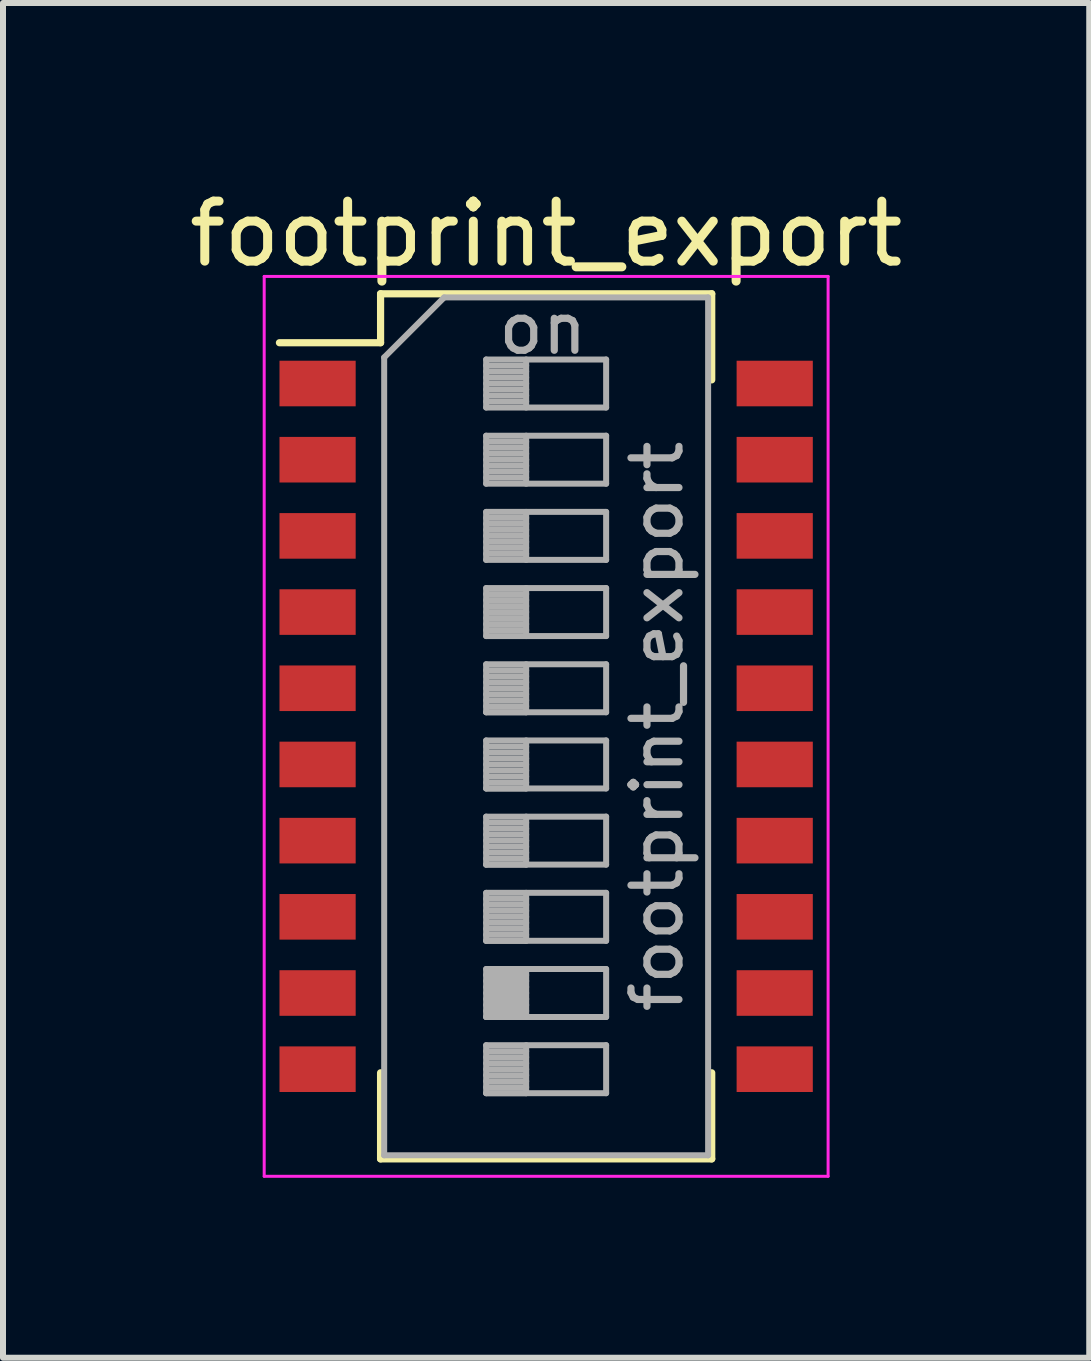
<source format=kicad_pcb>
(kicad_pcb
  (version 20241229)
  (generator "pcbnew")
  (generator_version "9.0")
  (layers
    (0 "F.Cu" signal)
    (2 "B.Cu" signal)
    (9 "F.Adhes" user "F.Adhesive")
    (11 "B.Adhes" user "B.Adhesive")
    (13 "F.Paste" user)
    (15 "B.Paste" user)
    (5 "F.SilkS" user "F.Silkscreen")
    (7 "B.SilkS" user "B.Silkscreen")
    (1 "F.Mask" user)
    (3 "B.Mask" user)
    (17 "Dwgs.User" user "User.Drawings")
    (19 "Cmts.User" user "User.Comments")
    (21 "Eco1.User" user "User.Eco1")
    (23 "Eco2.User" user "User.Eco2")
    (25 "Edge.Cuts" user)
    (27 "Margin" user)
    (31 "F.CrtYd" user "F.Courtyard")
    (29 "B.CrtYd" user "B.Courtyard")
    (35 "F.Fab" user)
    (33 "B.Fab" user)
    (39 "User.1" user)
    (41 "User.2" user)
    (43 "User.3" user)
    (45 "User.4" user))
  (footprint "footprint_export"
    (layer "F.Cu")
    (at 6.054 9.058)
    (property "Reference" "footprint_export" (at 0 -8.21 0) (layer "F.SilkS") (effects (font (size 1 1) (thickness 0.15))))
    (attr smd)
    (fp_line (start -4.446 -6.395) (end -2.76 -6.395) (stroke (width 0.12) (type solid)) (layer "F.SilkS"))
    (fp_line (start -2.76 -7.211) (end -2.76 -6.395) (stroke (width 0.12) (type solid)) (layer "F.SilkS"))
    (fp_line (start -2.76 -7.211) (end 2.76 -7.211) (stroke (width 0.12) (type solid)) (layer "F.SilkS"))
    (fp_line (start -2.76 5.775) (end -2.76 7.21) (stroke (width 0.12) (type solid)) (layer "F.SilkS"))
    (fp_line (start -2.76 7.21) (end 2.76 7.21) (stroke (width 0.12) (type solid)) (layer "F.SilkS"))
    (fp_line (start 2.76 -7.211) (end 2.76 -5.776) (stroke (width 0.12) (type solid)) (layer "F.SilkS"))
    (fp_line (start 2.76 5.775) (end 2.76 7.21) (stroke (width 0.12) (type solid)) (layer "F.SilkS"))
    (fp_line (start -4.7 -7.5) (end -4.7 7.5) (stroke (width 0.05) (type solid)) (layer "F.CrtYd"))
    (fp_line (start -4.7 7.5) (end 4.7 7.5) (stroke (width 0.05) (type solid)) (layer "F.CrtYd"))
    (fp_line (start 4.7 -7.5) (end -4.7 -7.5) (stroke (width 0.05) (type solid)) (layer "F.CrtYd"))
    (fp_line (start 4.7 7.5) (end 4.7 -7.5) (stroke (width 0.05) (type solid)) (layer "F.CrtYd"))
    (fp_line (start -2.7 -6.15) (end -1.7 -7.15) (stroke (width 0.1) (type solid)) (layer "F.Fab"))
    (fp_line (start -2.7 7.15) (end -2.7 -6.15) (stroke (width 0.1) (type solid)) (layer "F.Fab"))
    (fp_line (start -1.7 -7.15) (end 2.7 -7.15) (stroke (width 0.1) (type solid)) (layer "F.Fab"))
    (fp_line (start -1 -6.115) (end -1 -5.315) (stroke (width 0.1) (type solid)) (layer "F.Fab"))
    (fp_line (start -1 -6.015) (end -0.333 -6.015) (stroke (width 0.1) (type solid)) (layer "F.Fab"))
    (fp_line (start -1 -5.915) (end -0.333 -5.915) (stroke (width 0.1) (type solid)) (layer "F.Fab"))
    (fp_line (start -1 -5.815) (end -0.333 -5.815) (stroke (width 0.1) (type solid)) (layer "F.Fab"))
    (fp_line (start -1 -5.715) (end -0.333 -5.715) (stroke (width 0.1) (type solid)) (layer "F.Fab"))
    (fp_line (start -1 -5.615) (end -0.333 -5.615) (stroke (width 0.1) (type solid)) (layer "F.Fab"))
    (fp_line (start -1 -5.515) (end -0.333 -5.515) (stroke (width 0.1) (type solid)) (layer "F.Fab"))
    (fp_line (start -1 -5.415) (end -0.333 -5.415) (stroke (width 0.1) (type solid)) (layer "F.Fab"))
    (fp_line (start -1 -5.315) (end 1 -5.315) (stroke (width 0.1) (type solid)) (layer "F.Fab"))
    (fp_line (start -1 -4.845) (end -1 -4.045) (stroke (width 0.1) (type solid)) (layer "F.Fab"))
    (fp_line (start -1 -4.745) (end -0.333 -4.745) (stroke (width 0.1) (type solid)) (layer "F.Fab"))
    (fp_line (start -1 -4.645) (end -0.333 -4.645) (stroke (width 0.1) (type solid)) (layer "F.Fab"))
    (fp_line (start -1 -4.545) (end -0.333 -4.545) (stroke (width 0.1) (type solid)) (layer "F.Fab"))
    (fp_line (start -1 -4.445) (end -0.333 -4.445) (stroke (width 0.1) (type solid)) (layer "F.Fab"))
    (fp_line (start -1 -4.345) (end -0.333 -4.345) (stroke (width 0.1) (type solid)) (layer "F.Fab"))
    (fp_line (start -1 -4.245) (end -0.333 -4.245) (stroke (width 0.1) (type solid)) (layer "F.Fab"))
    (fp_line (start -1 -4.145) (end -0.333 -4.145) (stroke (width 0.1) (type solid)) (layer "F.Fab"))
    (fp_line (start -1 -4.045) (end 1 -4.045) (stroke (width 0.1) (type solid)) (layer "F.Fab"))
    (fp_line (start -1 -3.575) (end -1 -2.775) (stroke (width 0.1) (type solid)) (layer "F.Fab"))
    (fp_line (start -1 -3.475) (end -0.333 -3.475) (stroke (width 0.1) (type solid)) (layer "F.Fab"))
    (fp_line (start -1 -3.375) (end -0.333 -3.375) (stroke (width 0.1) (type solid)) (layer "F.Fab"))
    (fp_line (start -1 -3.275) (end -0.333 -3.275) (stroke (width 0.1) (type solid)) (layer "F.Fab"))
    (fp_line (start -1 -3.175) (end -0.333 -3.175) (stroke (width 0.1) (type solid)) (layer "F.Fab"))
    (fp_line (start -1 -3.075) (end -0.333 -3.075) (stroke (width 0.1) (type solid)) (layer "F.Fab"))
    (fp_line (start -1 -2.975) (end -0.333 -2.975) (stroke (width 0.1) (type solid)) (layer "F.Fab"))
    (fp_line (start -1 -2.875) (end -0.333 -2.875) (stroke (width 0.1) (type solid)) (layer "F.Fab"))
    (fp_line (start -1 -2.775) (end 1 -2.775) (stroke (width 0.1) (type solid)) (layer "F.Fab"))
    (fp_line (start -1 -2.305) (end -1 -1.505) (stroke (width 0.1) (type solid)) (layer "F.Fab"))
    (fp_line (start -1 -2.205) (end -0.333 -2.205) (stroke (width 0.1) (type solid)) (layer "F.Fab"))
    (fp_line (start -1 -2.105) (end -0.333 -2.105) (stroke (width 0.1) (type solid)) (layer "F.Fab"))
    (fp_line (start -1 -2.005) (end -0.333 -2.005) (stroke (width 0.1) (type solid)) (layer "F.Fab"))
    (fp_line (start -1 -1.905) (end -0.333 -1.905) (stroke (width 0.1) (type solid)) (layer "F.Fab"))
    (fp_line (start -1 -1.805) (end -0.333 -1.805) (stroke (width 0.1) (type solid)) (layer "F.Fab"))
    (fp_line (start -1 -1.705) (end -0.333 -1.705) (stroke (width 0.1) (type solid)) (layer "F.Fab"))
    (fp_line (start -1 -1.605) (end -0.333 -1.605) (stroke (width 0.1) (type solid)) (layer "F.Fab"))
    (fp_line (start -1 -1.505) (end 1 -1.505) (stroke (width 0.1) (type solid)) (layer "F.Fab"))
    (fp_line (start -1 -1.035) (end -1 -0.235) (stroke (width 0.1) (type solid)) (layer "F.Fab"))
    (fp_line (start -1 -0.935) (end -0.333 -0.935) (stroke (width 0.1) (type solid)) (layer "F.Fab"))
    (fp_line (start -1 -0.835) (end -0.333 -0.835) (stroke (width 0.1) (type solid)) (layer "F.Fab"))
    (fp_line (start -1 -0.735) (end -0.333 -0.735) (stroke (width 0.1) (type solid)) (layer "F.Fab"))
    (fp_line (start -1 -0.635) (end -0.333 -0.635) (stroke (width 0.1) (type solid)) (layer "F.Fab"))
    (fp_line (start -1 -0.535) (end -0.333 -0.535) (stroke (width 0.1) (type solid)) (layer "F.Fab"))
    (fp_line (start -1 -0.435) (end -0.333 -0.435) (stroke (width 0.1) (type solid)) (layer "F.Fab"))
    (fp_line (start -1 -0.335) (end -0.333 -0.335) (stroke (width 0.1) (type solid)) (layer "F.Fab"))
    (fp_line (start -1 -0.235) (end -0.333 -0.235) (stroke (width 0.1) (type solid)) (layer "F.Fab"))
    (fp_line (start -1 -0.235) (end 1 -0.235) (stroke (width 0.1) (type solid)) (layer "F.Fab"))
    (fp_line (start -1 0.235) (end -1 1.035) (stroke (width 0.1) (type solid)) (layer "F.Fab"))
    (fp_line (start -1 0.335) (end -0.333 0.335) (stroke (width 0.1) (type solid)) (layer "F.Fab"))
    (fp_line (start -1 0.435) (end -0.333 0.435) (stroke (width 0.1) (type solid)) (layer "F.Fab"))
    (fp_line (start -1 0.535) (end -0.333 0.535) (stroke (width 0.1) (type solid)) (layer "F.Fab"))
    (fp_line (start -1 0.635) (end -0.333 0.635) (stroke (width 0.1) (type solid)) (layer "F.Fab"))
    (fp_line (start -1 0.735) (end -0.333 0.735) (stroke (width 0.1) (type solid)) (layer "F.Fab"))
    (fp_line (start -1 0.835) (end -0.333 0.835) (stroke (width 0.1) (type solid)) (layer "F.Fab"))
    (fp_line (start -1 0.935) (end -0.333 0.935) (stroke (width 0.1) (type solid)) (layer "F.Fab"))
    (fp_line (start -1 1.035) (end -0.333 1.035) (stroke (width 0.1) (type solid)) (layer "F.Fab"))
    (fp_line (start -1 1.035) (end 1 1.035) (stroke (width 0.1) (type solid)) (layer "F.Fab"))
    (fp_line (start -1 1.505) (end -1 2.305) (stroke (width 0.1) (type solid)) (layer "F.Fab"))
    (fp_line (start -1 1.605) (end -0.333 1.605) (stroke (width 0.1) (type solid)) (layer "F.Fab"))
    (fp_line (start -1 1.705) (end -0.333 1.705) (stroke (width 0.1) (type solid)) (layer "F.Fab"))
    (fp_line (start -1 1.805) (end -0.333 1.805) (stroke (width 0.1) (type solid)) (layer "F.Fab"))
    (fp_line (start -1 1.905) (end -0.333 1.905) (stroke (width 0.1) (type solid)) (layer "F.Fab"))
    (fp_line (start -1 2.005) (end -0.333 2.005) (stroke (width 0.1) (type solid)) (layer "F.Fab"))
    (fp_line (start -1 2.105) (end -0.333 2.105) (stroke (width 0.1) (type solid)) (layer "F.Fab"))
    (fp_line (start -1 2.205) (end -0.333 2.205) (stroke (width 0.1) (type solid)) (layer "F.Fab"))
    (fp_line (start -1 2.305) (end -0.333 2.305) (stroke (width 0.1) (type solid)) (layer "F.Fab"))
    (fp_line (start -1 2.305) (end 1 2.305) (stroke (width 0.1) (type solid)) (layer "F.Fab"))
    (fp_line (start -1 2.775) (end -1 3.575) (stroke (width 0.1) (type solid)) (layer "F.Fab"))
    (fp_line (start -1 2.875) (end -0.333 2.875) (stroke (width 0.1) (type solid)) (layer "F.Fab"))
    (fp_line (start -1 2.975) (end -0.333 2.975) (stroke (width 0.1) (type solid)) (layer "F.Fab"))
    (fp_line (start -1 3.075) (end -0.333 3.075) (stroke (width 0.1) (type solid)) (layer "F.Fab"))
    (fp_line (start -1 3.175) (end -0.333 3.175) (stroke (width 0.1) (type solid)) (layer "F.Fab"))
    (fp_line (start -1 3.275) (end -0.333 3.275) (stroke (width 0.1) (type solid)) (layer "F.Fab"))
    (fp_line (start -1 3.375) (end -0.333 3.375) (stroke (width 0.1) (type solid)) (layer "F.Fab"))
    (fp_line (start -1 3.475) (end -0.333 3.475) (stroke (width 0.1) (type solid)) (layer "F.Fab"))
    (fp_line (start -1 3.575) (end -0.333 3.575) (stroke (width 0.1) (type solid)) (layer "F.Fab"))
    (fp_line (start -1 3.575) (end 1 3.575) (stroke (width 0.1) (type solid)) (layer "F.Fab"))
    (fp_line (start -1 4.045) (end -1 4.845) (stroke (width 0.1) (type solid)) (layer "F.Fab"))
    (fp_line (start -1 4.145) (end -0.333 4.145) (stroke (width 0.1) (type solid)) (layer "F.Fab"))
    (fp_line (start -1 4.245) (end -0.333 4.245) (stroke (width 0.1) (type solid)) (layer "F.Fab"))
    (fp_line (start -1 4.345) (end -0.333 4.345) (stroke (width 0.1) (type solid)) (layer "F.Fab"))
    (fp_line (start -1 4.445) (end -0.333 4.445) (stroke (width 0.1) (type solid)) (layer "F.Fab"))
    (fp_line (start -1 4.545) (end -0.333 4.545) (stroke (width 0.1) (type solid)) (layer "F.Fab"))
    (fp_line (start -1 4.645) (end -0.333 4.645) (stroke (width 0.1) (type solid)) (layer "F.Fab"))
    (fp_line (start -1 4.745) (end -0.333 4.745) (stroke (width 0.1) (type solid)) (layer "F.Fab"))
    (fp_line (start -1 4.845) (end -0.333 4.845) (stroke (width 0.1) (type solid)) (layer "F.Fab"))
    (fp_line (start -1 4.845) (end 1 4.845) (stroke (width 0.1) (type solid)) (layer "F.Fab"))
    (fp_line (start -1 5.315) (end -1 6.115) (stroke (width 0.1) (type solid)) (layer "F.Fab"))
    (fp_line (start -1 5.415) (end -0.333 5.415) (stroke (width 0.1) (type solid)) (layer "F.Fab"))
    (fp_line (start -1 5.515) (end -0.333 5.515) (stroke (width 0.1) (type solid)) (layer "F.Fab"))
    (fp_line (start -1 5.615) (end -0.333 5.615) (stroke (width 0.1) (type solid)) (layer "F.Fab"))
    (fp_line (start -1 5.715) (end -0.333 5.715) (stroke (width 0.1) (type solid)) (layer "F.Fab"))
    (fp_line (start -1 5.815) (end -0.333 5.815) (stroke (width 0.1) (type solid)) (layer "F.Fab"))
    (fp_line (start -1 5.915) (end -0.333 5.915) (stroke (width 0.1) (type solid)) (layer "F.Fab"))
    (fp_line (start -1 6.015) (end -0.333 6.015) (stroke (width 0.1) (type solid)) (layer "F.Fab"))
    (fp_line (start -1 6.115) (end -0.333 6.115) (stroke (width 0.1) (type solid)) (layer "F.Fab"))
    (fp_line (start -1 6.115) (end 1 6.115) (stroke (width 0.1) (type solid)) (layer "F.Fab"))
    (fp_line (start -0.333 -6.115) (end -0.333 -5.315) (stroke (width 0.1) (type solid)) (layer "F.Fab"))
    (fp_line (start -0.333 -4.845) (end -0.333 -4.045) (stroke (width 0.1) (type solid)) (layer "F.Fab"))
    (fp_line (start -0.333 -3.575) (end -0.333 -2.775) (stroke (width 0.1) (type solid)) (layer "F.Fab"))
    (fp_line (start -0.333 -2.305) (end -0.333 -1.505) (stroke (width 0.1) (type solid)) (layer "F.Fab"))
    (fp_line (start -0.333 -1.035) (end -0.333 -0.235) (stroke (width 0.1) (type solid)) (layer "F.Fab"))
    (fp_line (start -0.333 0.235) (end -0.333 1.035) (stroke (width 0.1) (type solid)) (layer "F.Fab"))
    (fp_line (start -0.333 1.505) (end -0.333 2.305) (stroke (width 0.1) (type solid)) (layer "F.Fab"))
    (fp_line (start -0.333 2.775) (end -0.333 3.575) (stroke (width 0.1) (type solid)) (layer "F.Fab"))
    (fp_line (start -0.333 4.045) (end -0.333 4.845) (stroke (width 0.1) (type solid)) (layer "F.Fab"))
    (fp_line (start -0.333 5.315) (end -0.333 6.115) (stroke (width 0.1) (type solid)) (layer "F.Fab"))
    (fp_line (start 1 -6.115) (end -1 -6.115) (stroke (width 0.1) (type solid)) (layer "F.Fab"))
    (fp_line (start 1 -5.315) (end 1 -6.115) (stroke (width 0.1) (type solid)) (layer "F.Fab"))
    (fp_line (start 1 -4.845) (end -1 -4.845) (stroke (width 0.1) (type solid)) (layer "F.Fab"))
    (fp_line (start 1 -4.045) (end 1 -4.845) (stroke (width 0.1) (type solid)) (layer "F.Fab"))
    (fp_line (start 1 -3.575) (end -1 -3.575) (stroke (width 0.1) (type solid)) (layer "F.Fab"))
    (fp_line (start 1 -2.775) (end 1 -3.575) (stroke (width 0.1) (type solid)) (layer "F.Fab"))
    (fp_line (start 1 -2.305) (end -1 -2.305) (stroke (width 0.1) (type solid)) (layer "F.Fab"))
    (fp_line (start 1 -1.505) (end 1 -2.305) (stroke (width 0.1) (type solid)) (layer "F.Fab"))
    (fp_line (start 1 -1.035) (end -1 -1.035) (stroke (width 0.1) (type solid)) (layer "F.Fab"))
    (fp_line (start 1 -0.235) (end 1 -1.035) (stroke (width 0.1) (type solid)) (layer "F.Fab"))
    (fp_line (start 1 0.235) (end -1 0.235) (stroke (width 0.1) (type solid)) (layer "F.Fab"))
    (fp_line (start 1 1.035) (end 1 0.235) (stroke (width 0.1) (type solid)) (layer "F.Fab"))
    (fp_line (start 1 1.505) (end -1 1.505) (stroke (width 0.1) (type solid)) (layer "F.Fab"))
    (fp_line (start 1 2.305) (end 1 1.505) (stroke (width 0.1) (type solid)) (layer "F.Fab"))
    (fp_line (start 1 2.775) (end -1 2.775) (stroke (width 0.1) (type solid)) (layer "F.Fab"))
    (fp_line (start 1 3.575) (end 1 2.775) (stroke (width 0.1) (type solid)) (layer "F.Fab"))
    (fp_line (start 1 4.045) (end -1 4.045) (stroke (width 0.1) (type solid)) (layer "F.Fab"))
    (fp_line (start 1 4.845) (end 1 4.045) (stroke (width 0.1) (type solid)) (layer "F.Fab"))
    (fp_line (start 1 5.315) (end -1 5.315) (stroke (width 0.1) (type solid)) (layer "F.Fab"))
    (fp_line (start 1 6.115) (end 1 5.315) (stroke (width 0.1) (type solid)) (layer "F.Fab"))
    (fp_line (start 2.7 -7.15) (end 2.7 7.15) (stroke (width 0.1) (type solid)) (layer "F.Fab"))
    (fp_line (start 2.7 7.15) (end -2.7 7.15) (stroke (width 0.1) (type solid)) (layer "F.Fab"))
    (fp_text user "on" (at -0.055 -6.633 0) (layer "F.Fab") (effects (font (size 0.8 0.8) (thickness 0.12))))
    (fp_text user "${REFERENCE}" (at 1.85 0 90) (layer "F.Fab") (effects (font (size 0.8 0.8) (thickness 0.12))))
    (pad "1" smd rect (at -3.81 -5.715) (size 1.27 0.76) (layers "F.Cu" "F.Mask" "F.Paste"))
    (pad "2" smd rect (at -3.81 -4.445) (size 1.27 0.76) (layers "F.Cu" "F.Mask" "F.Paste"))
    (pad "3" smd rect (at -3.81 -3.175) (size 1.27 0.76) (layers "F.Cu" "F.Mask" "F.Paste"))
    (pad "4" smd rect (at -3.81 -1.905) (size 1.27 0.76) (layers "F.Cu" "F.Mask" "F.Paste"))
    (pad "5" smd rect (at -3.81 -0.635) (size 1.27 0.76) (layers "F.Cu" "F.Mask" "F.Paste"))
    (pad "6" smd rect (at -3.81 0.635) (size 1.27 0.76) (layers "F.Cu" "F.Mask" "F.Paste"))
    (pad "7" smd rect (at -3.81 1.905) (size 1.27 0.76) (layers "F.Cu" "F.Mask" "F.Paste"))
    (pad "8" smd rect (at -3.81 3.175) (size 1.27 0.76) (layers "F.Cu" "F.Mask" "F.Paste"))
    (pad "9" smd rect (at -3.81 4.445) (size 1.27 0.76) (layers "F.Cu" "F.Mask" "F.Paste"))
    (pad "10" smd rect (at -3.81 5.715) (size 1.27 0.76) (layers "F.Cu" "F.Mask" "F.Paste"))
    (pad "11" smd rect (at 3.81 5.715) (size 1.27 0.76) (layers "F.Cu" "F.Mask" "F.Paste"))
    (pad "12" smd rect (at 3.81 4.445) (size 1.27 0.76) (layers "F.Cu" "F.Mask" "F.Paste"))
    (pad "13" smd rect (at 3.81 3.175) (size 1.27 0.76) (layers "F.Cu" "F.Mask" "F.Paste"))
    (pad "14" smd rect (at 3.81 1.905) (size 1.27 0.76) (layers "F.Cu" "F.Mask" "F.Paste"))
    (pad "15" smd rect (at 3.81 0.635) (size 1.27 0.76) (layers "F.Cu" "F.Mask" "F.Paste"))
    (pad "16" smd rect (at 3.81 -0.635) (size 1.27 0.76) (layers "F.Cu" "F.Mask" "F.Paste"))
    (pad "17" smd rect (at 3.81 -1.905) (size 1.27 0.76) (layers "F.Cu" "F.Mask" "F.Paste"))
    (pad "18" smd rect (at 3.81 -3.175) (size 1.27 0.76) (layers "F.Cu" "F.Mask" "F.Paste"))
    (pad "19" smd rect (at 3.81 -4.445) (size 1.27 0.76) (layers "F.Cu" "F.Mask" "F.Paste"))
    (pad "20" smd rect (at 3.81 -5.715) (size 1.27 0.76) (layers "F.Cu" "F.Mask" "F.Paste")))
  (gr_rect
    (start -3 -3)
    (end 15.107 19.583)
    (stroke (width 0.1) (type default))
    (fill no)
    (layer "Edge.Cuts")))
</source>
